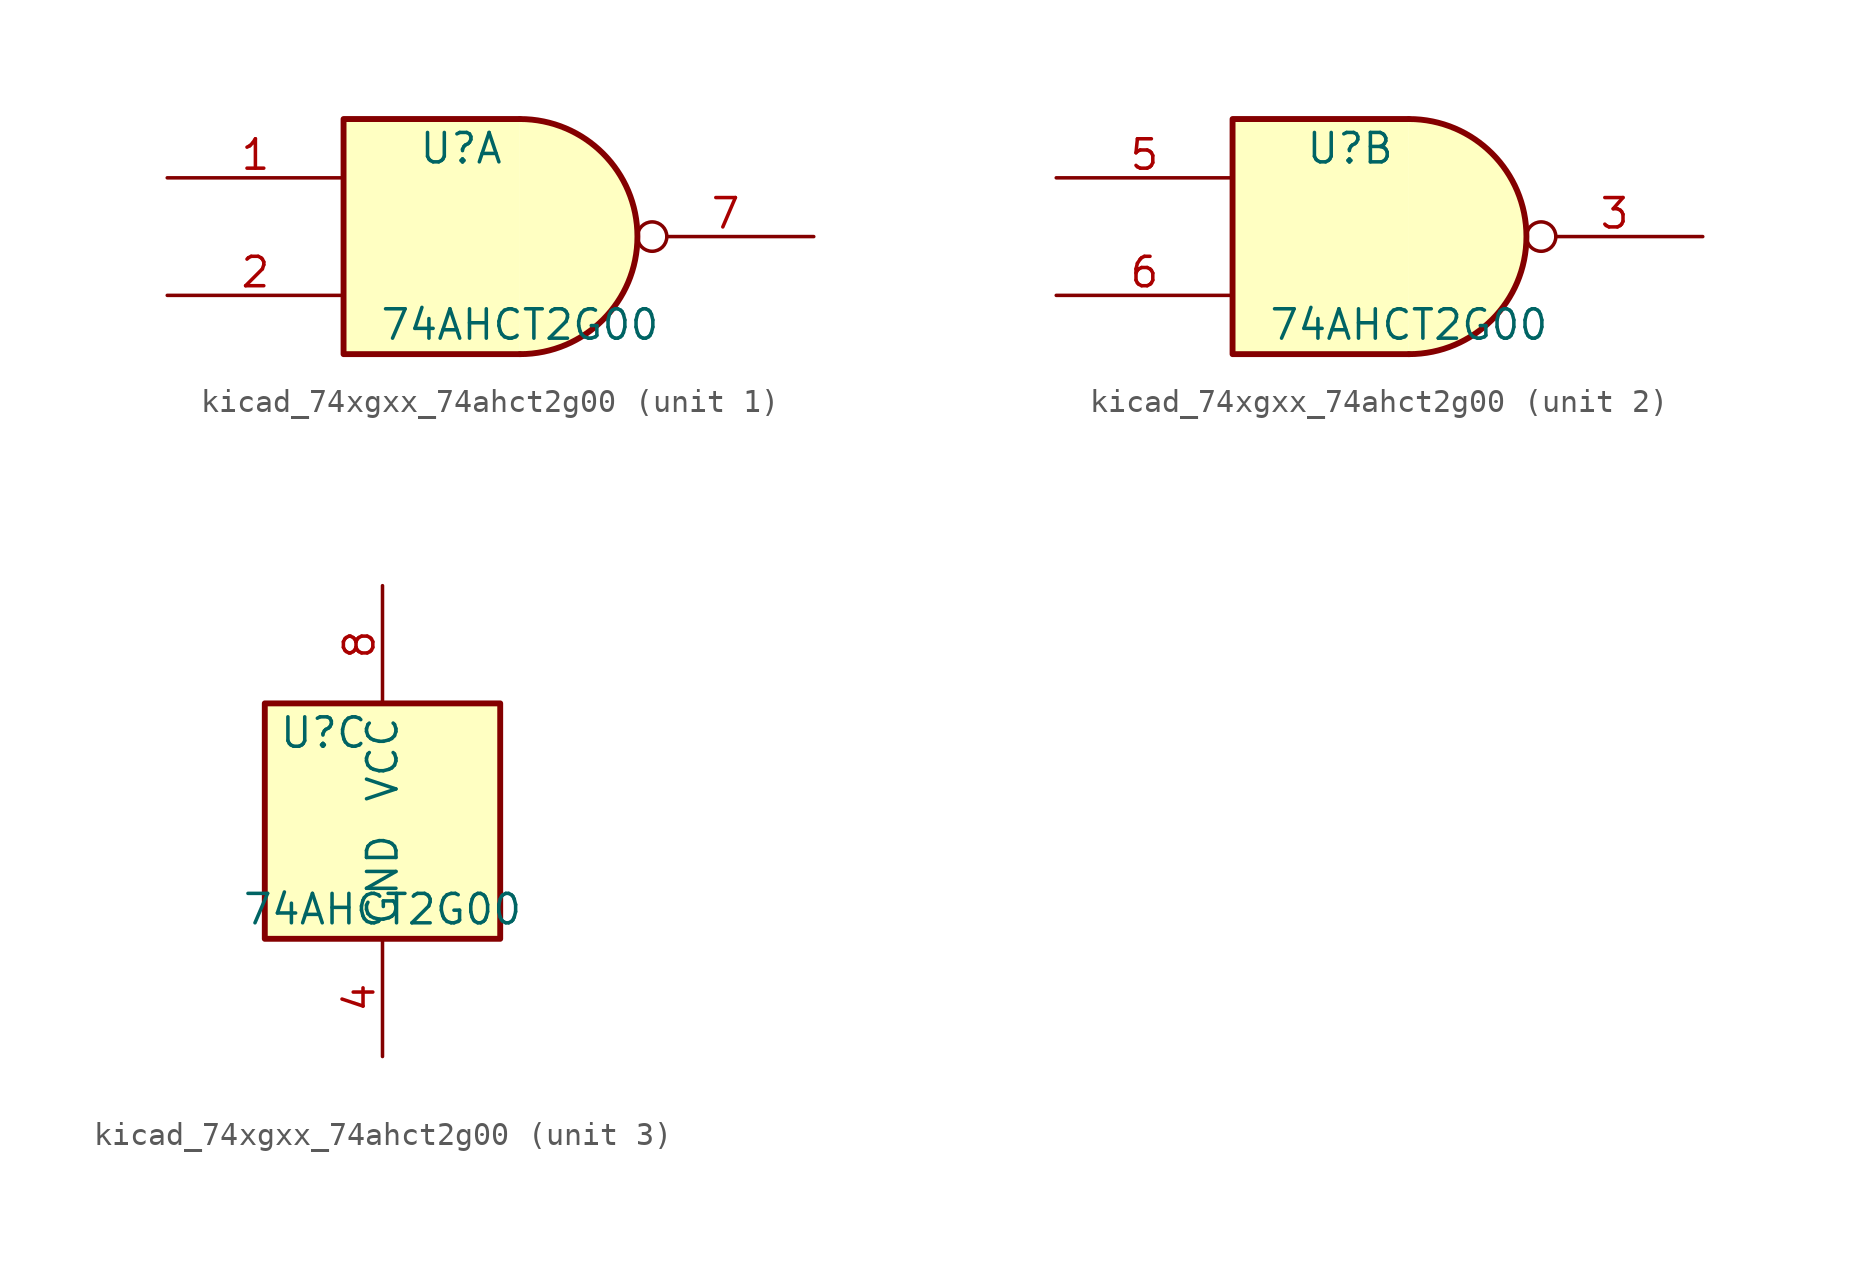
<source format=kicad_sym>
(kicad_symbol_lib
  (version 20220914)
  (generator kicad_symbol_editor)
  (symbol "kicad_74xgxx_74ahct2g00"
    (property "Reference" "U"
      (at -2.54 3.81 0)
      (effects (font (size 1.27 1.27))))
    (property "Value" "74AHCT2G00"
      (at 0 -3.81 0)
      (effects (font (size 1.27 1.27))))
    (symbol "kicad_74xgxx_74ahct2g00_1_1"
      (arc (start 0 -5.08) (mid 5.0579 0) (end 0 5.08) (stroke (width 0.254) (type default)) (fill (type background)))
      (polyline (pts (xy 0 -5.08) (xy -7.62 -5.08) (xy -7.62 5.08) (xy 0 5.08)) (stroke (width 0.254) (type default)) (fill (type background)))
      (pin input line (at -15.24 2.54 0) (length 7.62) (name "~" (effects (font (size 1.27 1.27)))) (number "1" (effects (font (size 1.27 1.27)))))
      (pin input line (at -15.24 -2.54 0) (length 7.62) (name "~" (effects (font (size 1.27 1.27)))) (number "2" (effects (font (size 1.27 1.27)))))
      (pin output inverted (at 12.7 0 180) (length 7.62) (name "~" (effects (font (size 1.27 1.27)))) (number "7" (effects (font (size 1.27 1.27))))))
    (symbol "kicad_74xgxx_74ahct2g00_2_1"
      (arc (start 0 -5.08) (mid 5.0579 0) (end 0 5.08) (stroke (width 0.254) (type default)) (fill (type background)))
      (polyline (pts (xy 0 -5.08) (xy -7.62 -5.08) (xy -7.62 5.08) (xy 0 5.08)) (stroke (width 0.254) (type default)) (fill (type background)))
      (pin output inverted (at 12.7 0 180) (length 7.62) (name "~" (effects (font (size 1.27 1.27)))) (number "3" (effects (font (size 1.27 1.27)))))
      (pin input line (at -15.24 2.54 0) (length 7.62) (name "~" (effects (font (size 1.27 1.27)))) (number "5" (effects (font (size 1.27 1.27)))))
      (pin input line (at -15.24 -2.54 0) (length 7.62) (name "~" (effects (font (size 1.27 1.27)))) (number "6" (effects (font (size 1.27 1.27))))))
    (symbol "kicad_74xgxx_74ahct2g00_3_0"
      (rectangle (start -5.08 -5.08) (end 5.08 5.08) (stroke (width 0.254) (type default)) (fill (type background))))
    (symbol "kicad_74xgxx_74ahct2g00_3_1"
      (pin power_in line (at 0 -10.16 90) (length 5.08) (name "GND" (effects (font (size 1.27 1.27)))) (number "4" (effects (font (size 1.27 1.27)))))
      (pin power_in line (at 0 10.16 270) (length 5.08) (name "VCC" (effects (font (size 1.27 1.27)))) (number "8" (effects (font (size 1.27 1.27))))))))
</source>
